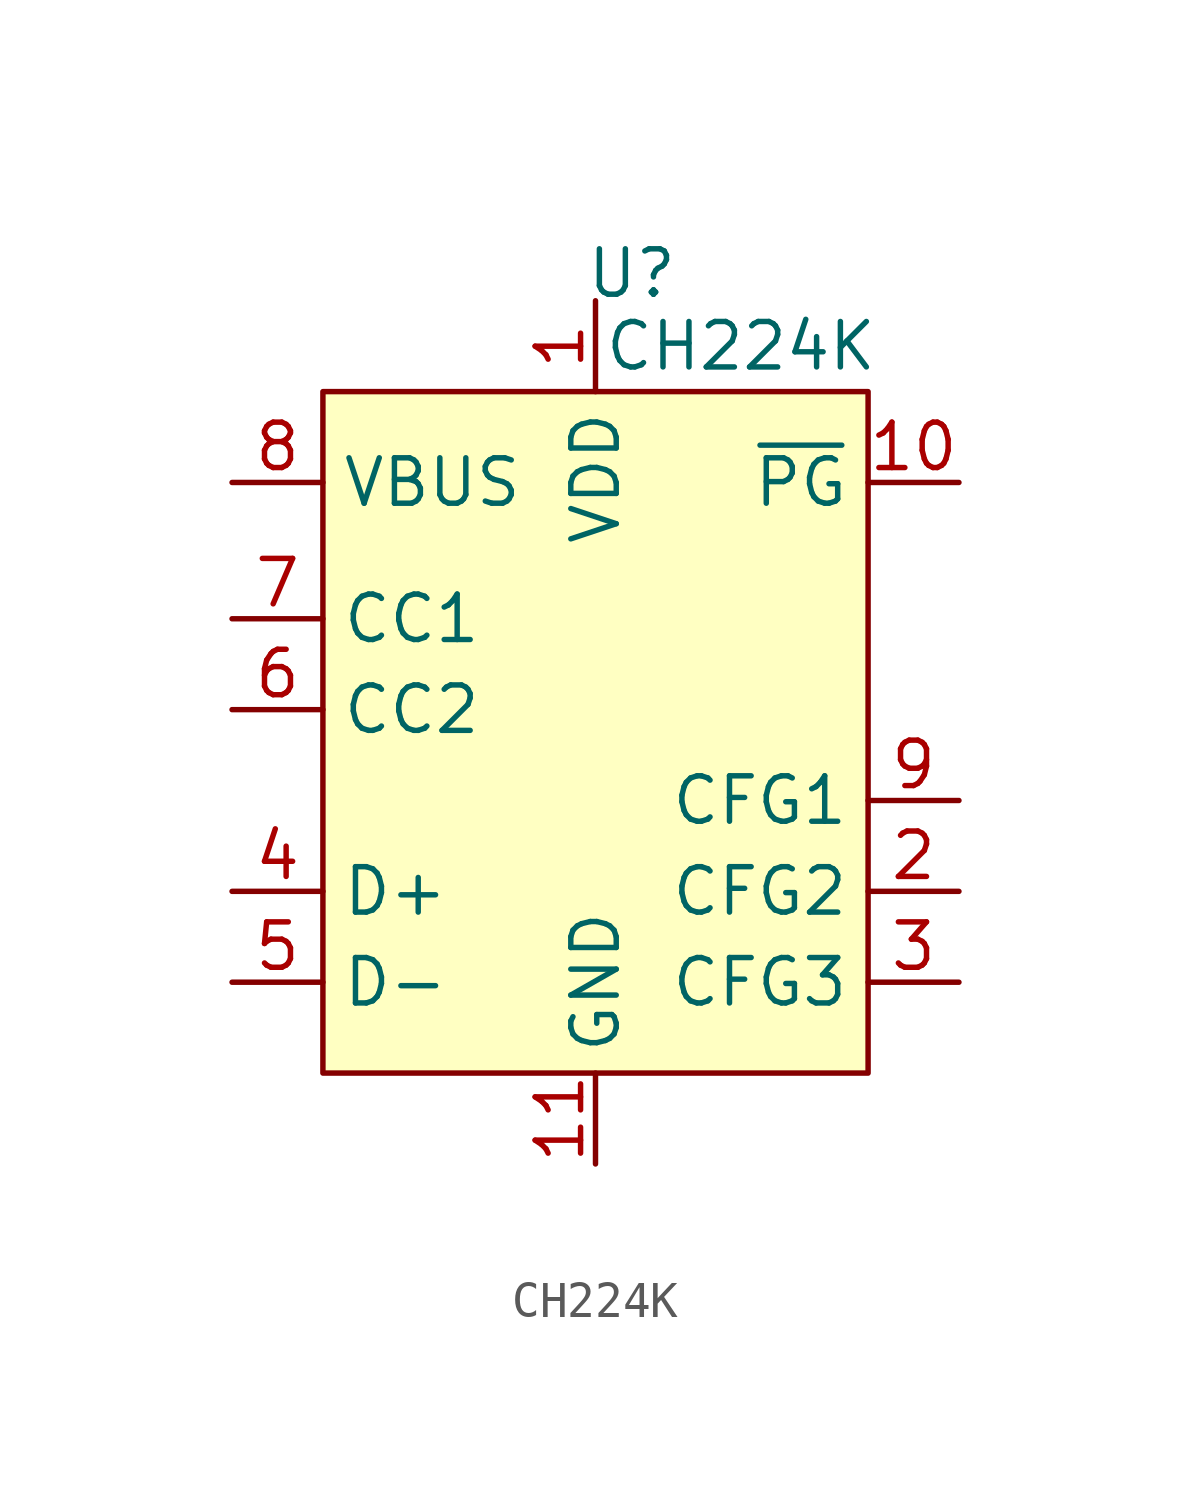
<source format=kicad_sym>
(kicad_symbol_lib
  (version 20231120)
  (generator "kicad_symbol_editor")
  (generator_version "8.0")
  (symbol "CH224K"
    (property "Reference" "U"
      (at 1.016 14.732 0)
      (effects (font (size 1.27 1.27))))
    (property "Value" "CH224K"
      (at 4.064 12.7 0)
      (effects (font (size 1.27 1.27))))
    (symbol "CH224K_0_1"
      (rectangle (start -7.62 11.43) (end 7.62 -7.62) (stroke (width 0) (type default)) (fill (type background))))
    (symbol "CH224K_1_1"
      (pin power_in line (at 0 13.97 270) (length 2.54) (name "VDD" (effects (font (size 1.27 1.27)))) (number "1" (effects (font (size 1.27 1.27)))))
      (pin output line (at 10.16 8.89 180) (length 2.54) (name "~{PG}" (effects (font (size 1.27 1.27)))) (number "10" (effects (font (size 1.27 1.27)))))
      (pin power_in line (at 0 -10.16 90) (length 2.54) (name "GND" (effects (font (size 1.27 1.27)))) (number "11" (effects (font (size 1.27 1.27)))))
      (pin input line (at 10.16 -2.54 180) (length 2.54) (name "CFG2" (effects (font (size 1.27 1.27)))) (number "2" (effects (font (size 1.27 1.27)))))
      (pin input line (at 10.16 -5.08 180) (length 2.54) (name "CFG3" (effects (font (size 1.27 1.27)))) (number "3" (effects (font (size 1.27 1.27)))))
      (pin bidirectional line (at -10.16 -2.54 0) (length 2.54) (name "D+" (effects (font (size 1.27 1.27)))) (number "4" (effects (font (size 1.27 1.27)))))
      (pin bidirectional line (at -10.16 -5.08 0) (length 2.54) (name "D-" (effects (font (size 1.27 1.27)))) (number "5" (effects (font (size 1.27 1.27)))))
      (pin bidirectional line (at -10.16 2.54 0) (length 2.54) (name "CC2" (effects (font (size 1.27 1.27)))) (number "6" (effects (font (size 1.27 1.27)))))
      (pin bidirectional line (at -10.16 5.08 0) (length 2.54) (name "CC1" (effects (font (size 1.27 1.27)))) (number "7" (effects (font (size 1.27 1.27)))))
      (pin input line (at -10.16 8.89 0) (length 2.54) (name "VBUS" (effects (font (size 1.27 1.27)))) (number "8" (effects (font (size 1.27 1.27)))))
      (pin input line (at 10.16 0 180) (length 2.54) (name "CFG1" (effects (font (size 1.27 1.27)))) (number "9" (effects (font (size 1.27 1.27))))))))
</source>
